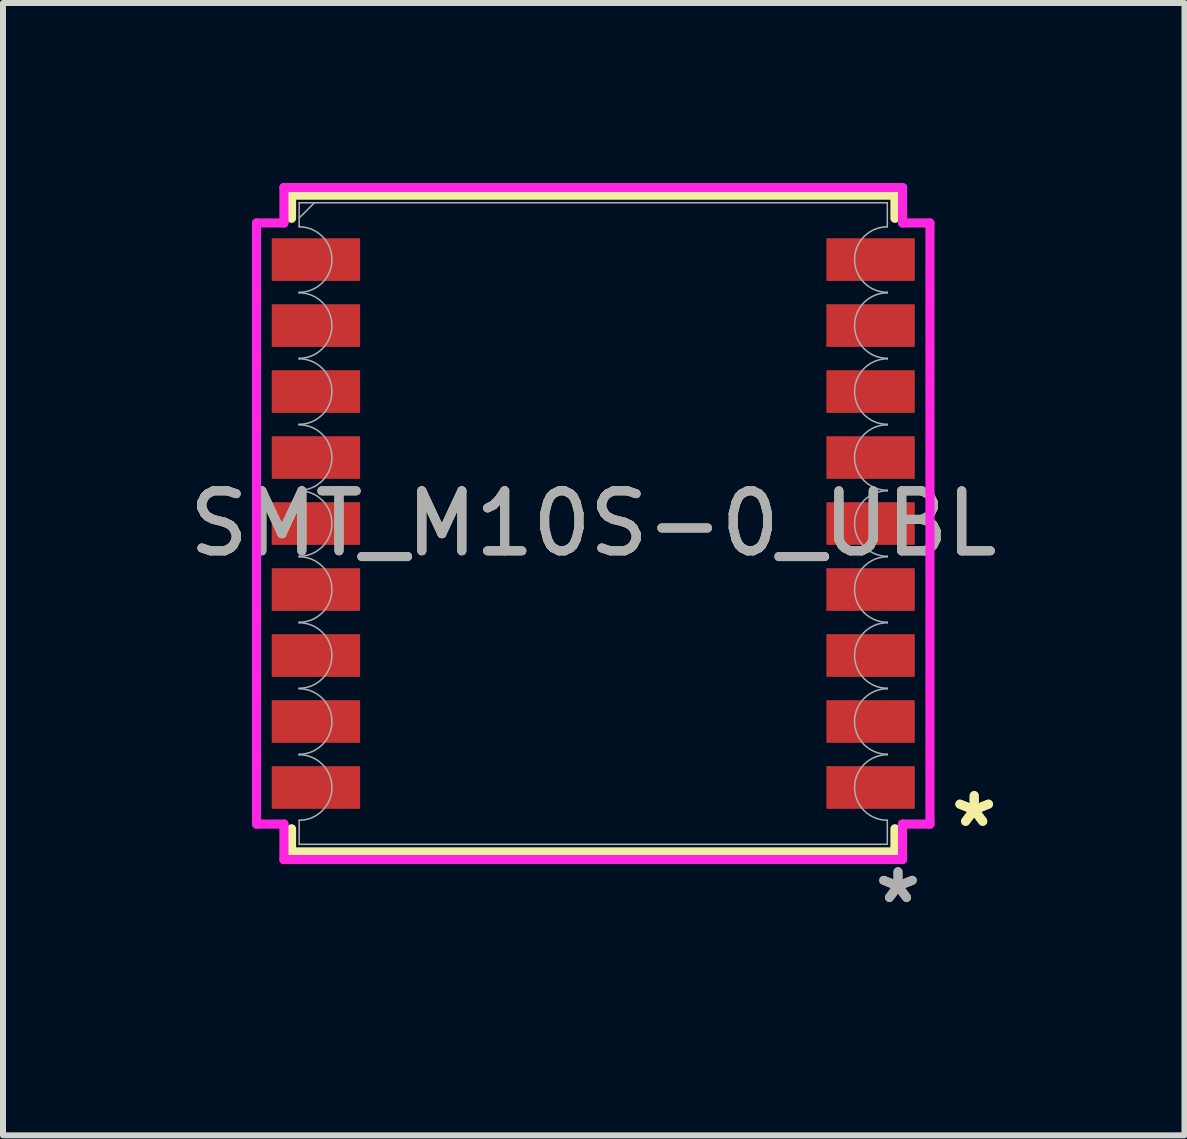
<source format=kicad_pcb>
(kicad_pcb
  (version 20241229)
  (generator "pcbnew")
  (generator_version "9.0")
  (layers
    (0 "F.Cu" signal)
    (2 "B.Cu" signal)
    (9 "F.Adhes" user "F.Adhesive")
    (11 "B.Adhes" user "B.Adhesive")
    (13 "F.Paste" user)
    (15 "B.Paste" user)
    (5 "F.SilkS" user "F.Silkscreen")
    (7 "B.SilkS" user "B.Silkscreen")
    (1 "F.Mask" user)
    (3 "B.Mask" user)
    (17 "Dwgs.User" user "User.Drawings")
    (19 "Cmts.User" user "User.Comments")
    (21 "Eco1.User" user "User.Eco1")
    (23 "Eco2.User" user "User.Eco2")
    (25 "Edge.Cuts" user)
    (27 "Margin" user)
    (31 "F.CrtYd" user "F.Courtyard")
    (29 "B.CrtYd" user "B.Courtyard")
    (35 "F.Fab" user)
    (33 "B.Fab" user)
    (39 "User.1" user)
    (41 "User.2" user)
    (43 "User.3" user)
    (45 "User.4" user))
  (footprint "SMT_M10S-0_UBL"
    (layer "F.Cu")
    (at 6.839 5.677)
    (property "Reference" "SMT_M10S-0_UBL" (at 0 0 0) (unlocked yes) (layer "F.SilkS") (effects (font (size 1 1) (thickness 0.15))))
    (attr smd)
    (fp_line (start -5.029 -5.474) (end 5.029 -5.474) (stroke (width 0.152) (type solid)) (layer "F.SilkS"))
    (fp_line (start -5.029 -5.088) (end -5.029 -5.474) (stroke (width 0.152) (type solid)) (layer "F.SilkS"))
    (fp_line (start -5.029 5.088) (end -5.029 5.474) (stroke (width 0.152) (type solid)) (layer "F.SilkS"))
    (fp_line (start -5.029 5.474) (end 5.029 5.474) (stroke (width 0.152) (type solid)) (layer "F.SilkS"))
    (fp_line (start 5.029 -5.088) (end 5.029 -5.474) (stroke (width 0.152) (type solid)) (layer "F.SilkS"))
    (fp_line (start 5.029 5.088) (end 5.029 5.474) (stroke (width 0.152) (type solid)) (layer "F.SilkS"))
    (fp_line (start -5.613 -5.01) (end -5.156 -5.01) (stroke (width 0.152) (type solid)) (layer "F.CrtYd"))
    (fp_line (start -5.613 5.01) (end -5.613 -5.01) (stroke (width 0.152) (type solid)) (layer "F.CrtYd"))
    (fp_line (start -5.613 5.01) (end -5.156 5.01) (stroke (width 0.152) (type solid)) (layer "F.CrtYd"))
    (fp_line (start -5.156 -5.601) (end 5.156 -5.601) (stroke (width 0.152) (type solid)) (layer "F.CrtYd"))
    (fp_line (start -5.156 -5.01) (end -5.156 -5.601) (stroke (width 0.152) (type solid)) (layer "F.CrtYd"))
    (fp_line (start -5.156 5.601) (end -5.156 5.01) (stroke (width 0.152) (type solid)) (layer "F.CrtYd"))
    (fp_line (start 5.156 -5.601) (end 5.156 -5.01) (stroke (width 0.152) (type solid)) (layer "F.CrtYd"))
    (fp_line (start 5.156 5.01) (end 5.156 5.601) (stroke (width 0.152) (type solid)) (layer "F.CrtYd"))
    (fp_line (start 5.156 5.601) (end -5.156 5.601) (stroke (width 0.152) (type solid)) (layer "F.CrtYd"))
    (fp_line (start 5.613 -5.01) (end 5.156 -5.01) (stroke (width 0.152) (type solid)) (layer "F.CrtYd"))
    (fp_line (start 5.613 -5.01) (end 5.613 5.01) (stroke (width 0.152) (type solid)) (layer "F.CrtYd"))
    (fp_line (start 5.613 5.01) (end 5.156 5.01) (stroke (width 0.152) (type solid)) (layer "F.CrtYd"))
    (fp_line (start -4.902 -5.347) (end 4.902 -5.347) (stroke (width 0.025) (type solid)) (layer "F.Fab"))
    (fp_line (start -4.902 -4.946) (end -4.902 -5.347) (stroke (width 0.025) (type solid)) (layer "F.Fab"))
    (fp_line (start -4.902 -3.854) (end -4.902 -3.846) (stroke (width 0.025) (type solid)) (layer "F.Fab"))
    (fp_line (start -4.902 -2.754) (end -4.902 -2.746) (stroke (width 0.025) (type solid)) (layer "F.Fab"))
    (fp_line (start -4.902 -1.654) (end -4.902 -1.646) (stroke (width 0.025) (type solid)) (layer "F.Fab"))
    (fp_line (start -4.902 -0.554) (end -4.902 -0.546) (stroke (width 0.025) (type solid)) (layer "F.Fab"))
    (fp_line (start -4.902 0.546) (end -4.902 0.554) (stroke (width 0.025) (type solid)) (layer "F.Fab"))
    (fp_line (start -4.902 1.646) (end -4.902 1.654) (stroke (width 0.025) (type solid)) (layer "F.Fab"))
    (fp_line (start -4.902 2.746) (end -4.902 2.754) (stroke (width 0.025) (type solid)) (layer "F.Fab"))
    (fp_line (start -4.902 3.846) (end -4.902 3.854) (stroke (width 0.025) (type solid)) (layer "F.Fab"))
    (fp_line (start -4.902 4.946) (end -4.902 5.347) (stroke (width 0.025) (type solid)) (layer "F.Fab"))
    (fp_line (start -4.902 5.347) (end 4.902 5.347) (stroke (width 0.025) (type solid)) (layer "F.Fab"))
    (fp_line (start -4.648 -5.347) (end -4.902 -5.093) (stroke (width 0.025) (type solid)) (layer "F.Fab"))
    (fp_line (start 4.902 -4.946) (end 4.902 -5.347) (stroke (width 0.025) (type solid)) (layer "F.Fab"))
    (fp_line (start 4.902 -3.854) (end 4.902 -3.846) (stroke (width 0.025) (type solid)) (layer "F.Fab"))
    (fp_line (start 4.902 -2.754) (end 4.902 -2.746) (stroke (width 0.025) (type solid)) (layer "F.Fab"))
    (fp_line (start 4.902 -1.654) (end 4.902 -1.646) (stroke (width 0.025) (type solid)) (layer "F.Fab"))
    (fp_line (start 4.902 -0.554) (end 4.902 -0.546) (stroke (width 0.025) (type solid)) (layer "F.Fab"))
    (fp_line (start 4.902 0.546) (end 4.902 0.554) (stroke (width 0.025) (type solid)) (layer "F.Fab"))
    (fp_line (start 4.902 1.646) (end 4.902 1.654) (stroke (width 0.025) (type solid)) (layer "F.Fab"))
    (fp_line (start 4.902 2.746) (end 4.902 2.754) (stroke (width 0.025) (type solid)) (layer "F.Fab"))
    (fp_line (start 4.902 3.846) (end 4.902 3.854) (stroke (width 0.025) (type solid)) (layer "F.Fab"))
    (fp_line (start 4.902 4.946) (end 4.902 5.347) (stroke (width 0.025) (type solid)) (layer "F.Fab"))
    (fp_arc (start -4.9022 -4.946101) (mid -4.3561 -4.400001) (end -4.9022 -3.853901) (stroke (width 0.0254) (type solid)) (layer "F.Fab"))
    (fp_arc (start -4.9022 -3.846101) (mid -4.3561 -3.300001) (end -4.9022 -2.753901) (stroke (width 0.0254) (type solid)) (layer "F.Fab"))
    (fp_arc (start -4.9022 -2.746101) (mid -4.3561 -2.200001) (end -4.9022 -1.653901) (stroke (width 0.0254) (type solid)) (layer "F.Fab"))
    (fp_arc (start -4.9022 -1.6461) (mid -4.3561 -1.1) (end -4.9022 -0.5539) (stroke (width 0.0254) (type solid)) (layer "F.Fab"))
    (fp_arc (start -4.9022 -0.5461) (mid -4.3561 0) (end -4.9022 0.5461) (stroke (width 0.0254) (type solid)) (layer "F.Fab"))
    (fp_arc (start -4.9022 0.5539) (mid -4.3561 1.1) (end -4.9022 1.6461) (stroke (width 0.0254) (type solid)) (layer "F.Fab"))
    (fp_arc (start -4.9022 1.653901) (mid -4.3561 2.200001) (end -4.9022 2.746101) (stroke (width 0.0254) (type solid)) (layer "F.Fab"))
    (fp_arc (start -4.9022 2.753898) (mid -4.3561 3.299998) (end -4.9022 3.846098) (stroke (width 0.0254) (type solid)) (layer "F.Fab"))
    (fp_arc (start -4.9022 3.853899) (mid -4.3561 4.399999) (end -4.9022 4.946099) (stroke (width 0.0254) (type solid)) (layer "F.Fab"))
    (fp_arc (start 4.9022 -3.853901) (mid 4.3561 -4.400001) (end 4.9022 -4.946101) (stroke (width 0.0254) (type solid)) (layer "F.Fab"))
    (fp_arc (start 4.9022 -2.753901) (mid 4.3561 -3.300001) (end 4.9022 -3.846101) (stroke (width 0.0254) (type solid)) (layer "F.Fab"))
    (fp_arc (start 4.9022 -1.653901) (mid 4.3561 -2.200001) (end 4.9022 -2.746101) (stroke (width 0.0254) (type solid)) (layer "F.Fab"))
    (fp_arc (start 4.9022 -0.5539) (mid 4.3561 -1.1) (end 4.9022 -1.6461) (stroke (width 0.0254) (type solid)) (layer "F.Fab"))
    (fp_arc (start 4.9022 0.5461) (mid 4.3561 0) (end 4.9022 -0.5461) (stroke (width 0.0254) (type solid)) (layer "F.Fab"))
    (fp_arc (start 4.9022 1.6461) (mid 4.3561 1.1) (end 4.9022 0.5539) (stroke (width 0.0254) (type solid)) (layer "F.Fab"))
    (fp_arc (start 4.9022 2.746101) (mid 4.3561 2.200001) (end 4.9022 1.653901) (stroke (width 0.0254) (type solid)) (layer "F.Fab"))
    (fp_arc (start 4.9022 3.846098) (mid 4.3561 3.299998) (end 4.9022 2.753898) (stroke (width 0.0254) (type solid)) (layer "F.Fab"))
    (fp_arc (start 4.9022 4.946099) (mid 4.3561 4.399999) (end 4.9022 3.853899) (stroke (width 0.0254) (type solid)) (layer "F.Fab"))
    (fp_text user "*" (at 6.35 5.08 0) (layer "F.SilkS") (effects (font (size 1 1) (thickness 0.15))))
    (fp_text user "*" (at 6.35 5.08 0) (unlocked yes) (layer "F.SilkS") (effects (font (size 1 1) (thickness 0.15))))
    (fp_text user "*" (at 5.08 6.35 0) (layer "F.Fab") (effects (font (size 1 1) (thickness 0.15))))
    (fp_text user "*" (at 5.08 6.35 0) (unlocked yes) (layer "F.Fab") (effects (font (size 1 1) (thickness 0.15))))
    (fp_text user "${REFERENCE}" (at 0 0 0) (unlocked yes) (layer "F.Fab") (effects (font (size 1 1) (thickness 0.15))))
    (pad "1" smd rect (at 4.623 4.4) (size 1.473 0.711) (layers "F.Cu" "F.Mask" "F.Paste"))
    (pad "2" smd rect (at 4.623 3.3) (size 1.473 0.711) (layers "F.Cu" "F.Mask" "F.Paste"))
    (pad "3" smd rect (at 4.623 2.2) (size 1.473 0.711) (layers "F.Cu" "F.Mask" "F.Paste"))
    (pad "4" smd rect (at 4.623 1.1) (size 1.473 0.711) (layers "F.Cu" "F.Mask" "F.Paste"))
    (pad "5" smd rect (at 4.623 0) (size 1.473 0.711) (layers "F.Cu" "F.Mask" "F.Paste"))
    (pad "6" smd rect (at 4.623 -1.1) (size 1.473 0.711) (layers "F.Cu" "F.Mask" "F.Paste"))
    (pad "7" smd rect (at 4.623 -2.2) (size 1.473 0.711) (layers "F.Cu" "F.Mask" "F.Paste"))
    (pad "8" smd rect (at 4.623 -3.3) (size 1.473 0.711) (layers "F.Cu" "F.Mask" "F.Paste"))
    (pad "9" smd rect (at 4.623 -4.4) (size 1.473 0.711) (layers "F.Cu" "F.Mask" "F.Paste"))
    (pad "10" smd rect (at -4.623 -4.4) (size 1.473 0.711) (layers "F.Cu" "F.Mask" "F.Paste"))
    (pad "11" smd rect (at -4.623 -3.3) (size 1.473 0.711) (layers "F.Cu" "F.Mask" "F.Paste"))
    (pad "12" smd rect (at -4.623 -2.2) (size 1.473 0.711) (layers "F.Cu" "F.Mask" "F.Paste"))
    (pad "13" smd rect (at -4.623 -1.1) (size 1.473 0.711) (layers "F.Cu" "F.Mask" "F.Paste"))
    (pad "14" smd rect (at -4.623 0) (size 1.473 0.711) (layers "F.Cu" "F.Mask" "F.Paste"))
    (pad "15" smd rect (at -4.623 1.1) (size 1.473 0.711) (layers "F.Cu" "F.Mask" "F.Paste"))
    (pad "16" smd rect (at -4.623 2.2) (size 1.473 0.711) (layers "F.Cu" "F.Mask" "F.Paste"))
    (pad "17" smd rect (at -4.623 3.3) (size 1.473 0.711) (layers "F.Cu" "F.Mask" "F.Paste"))
    (pad "18" smd rect (at -4.623 4.4) (size 1.473 0.711) (layers "F.Cu" "F.Mask" "F.Paste")))
  (gr_rect
    (start -3 -3)
    (end 16.695 15.875)
    (stroke (width 0.1) (type default))
    (fill no)
    (layer "Edge.Cuts")))
</source>
